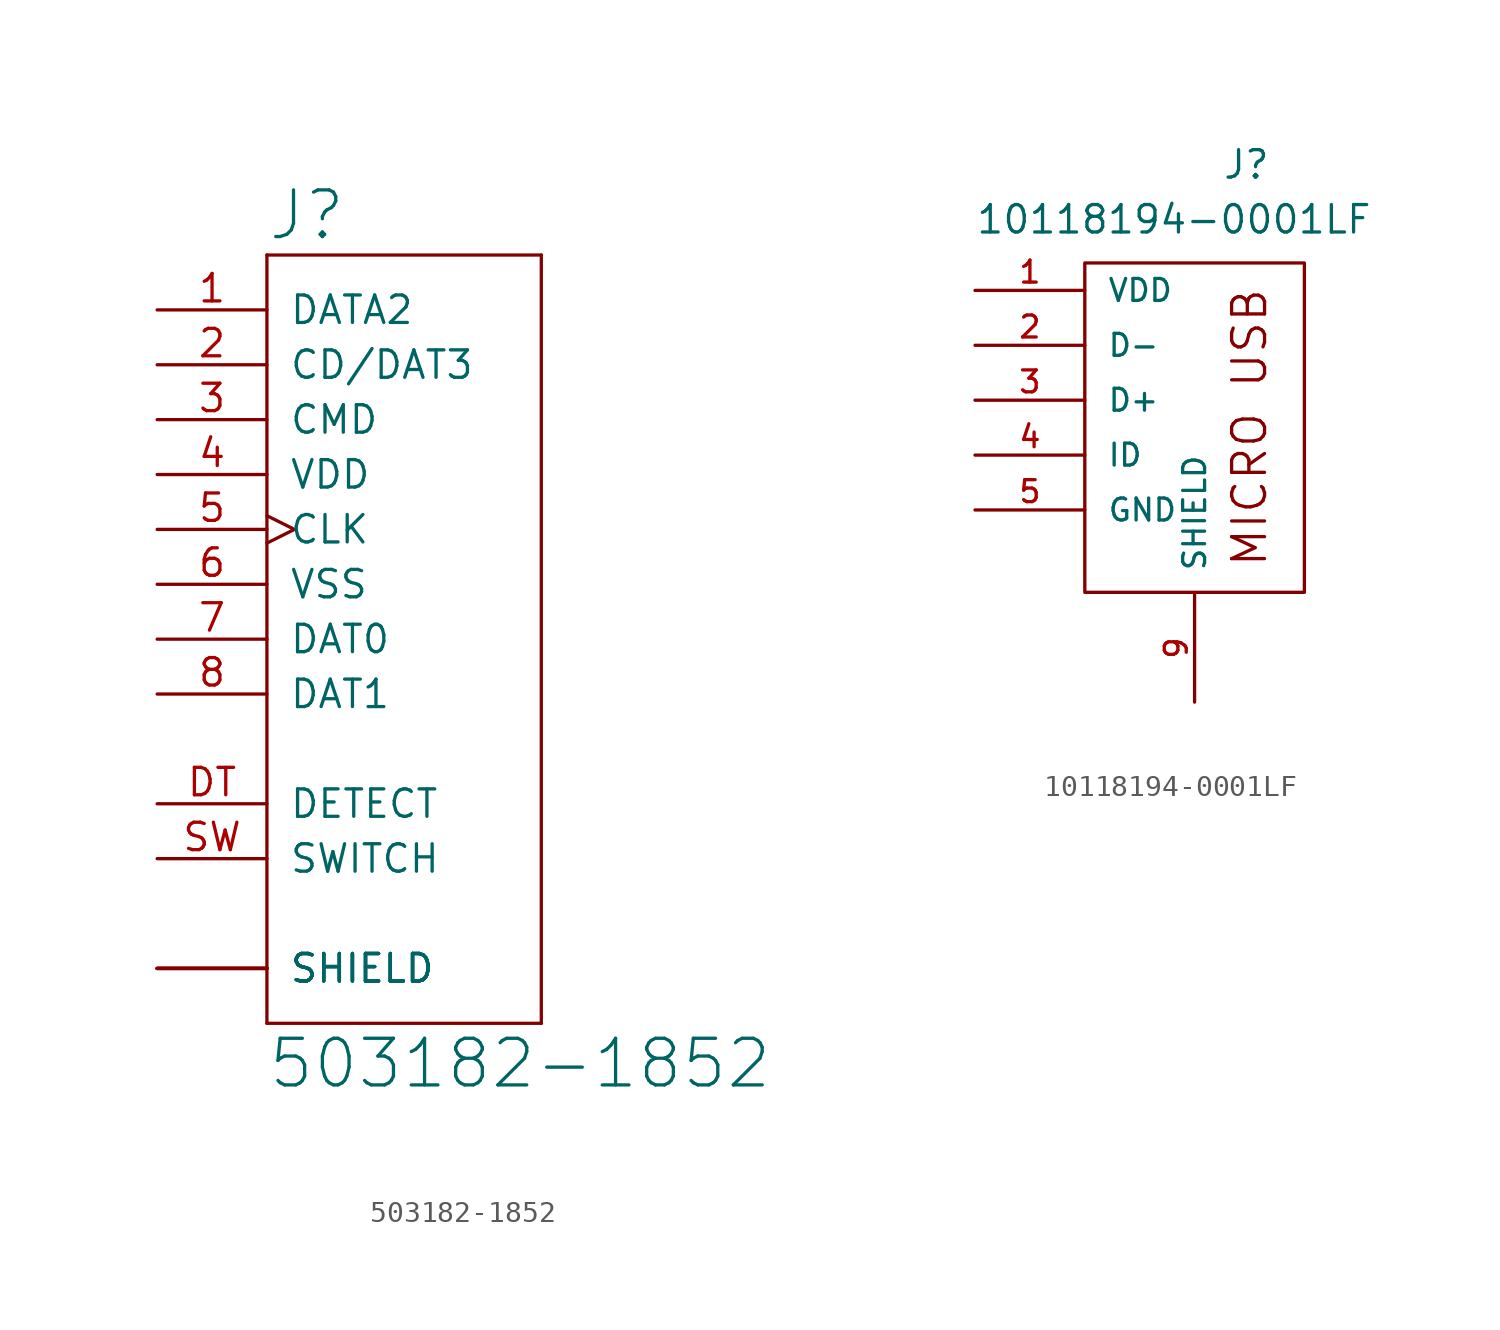
<source format=kicad_sym>
(kicad_symbol_lib
  (version 20241209)
  (generator "kicad_symbol_editor")
  (generator_version "9.0")
  (symbol "503182-1852"
    (pin_names
      (offset 1.016))
    (property "Reference" "J"
      (at 0 18.364 0)
      (effects (font (size 2.159 2.159)) (justify left bottom)))
    (property "Value" "503182-1852"
      (at 0 -20.904 0)
      (effects (font (size 2.159 2.159)) (justify left bottom)))
    (symbol "503182-1852_1_0"
      (polyline (pts (xy 0 17.78) (xy 0 -17.78)) (stroke (width 0) (type default)) (fill (type none)))
      (polyline (pts (xy 0 -17.78) (xy 12.7 -17.78)) (stroke (width 0) (type default)) (fill (type none)))
      (polyline (pts (xy 12.7 17.78) (xy 0 17.78)) (stroke (width 0) (type default)) (fill (type none)))
      (polyline (pts (xy 12.7 -17.78) (xy 12.7 17.78)) (stroke (width 0) (type default)) (fill (type none)))
      (pin bidirectional line (at -5.08 15.24 0) (length 5.08) (name "DATA2" (effects (font (size 1.27 1.27)))) (number "1" (effects (font (size 1.27 1.27)))))
      (pin bidirectional line (at -5.08 12.7 0) (length 5.08) (name "CD/DAT3" (effects (font (size 1.27 1.27)))) (number "2" (effects (font (size 1.27 1.27)))))
      (pin bidirectional line (at -5.08 10.16 0) (length 5.08) (name "CMD" (effects (font (size 1.27 1.27)))) (number "3" (effects (font (size 1.27 1.27)))))
      (pin power_in line (at -5.08 7.62 0) (length 5.08) (name "VDD" (effects (font (size 1.27 1.27)))) (number "4" (effects (font (size 1.27 1.27)))))
      (pin bidirectional clock (at -5.08 5.08 0) (length 5.08) (name "CLK" (effects (font (size 1.27 1.27)))) (number "5" (effects (font (size 1.27 1.27)))))
      (pin power_in line (at -5.08 2.54 0) (length 5.08) (name "VSS" (effects (font (size 1.27 1.27)))) (number "6" (effects (font (size 1.27 1.27)))))
      (pin bidirectional line (at -5.08 0 0) (length 5.08) (name "DAT0" (effects (font (size 1.27 1.27)))) (number "7" (effects (font (size 1.27 1.27)))))
      (pin bidirectional line (at -5.08 -2.54 0) (length 5.08) (name "DAT1" (effects (font (size 1.27 1.27)))) (number "8" (effects (font (size 1.27 1.27)))))
      (pin bidirectional line (at -5.08 -7.62 0) (length 5.08) (name "DETECT" (effects (font (size 1.27 1.27)))) (number "DT" (effects (font (size 1.27 1.27)))))
      (pin bidirectional line (at -5.08 -10.16 0) (length 5.08) (name "SWITCH" (effects (font (size 1.27 1.27)))) (number "SW" (effects (font (size 1.27 1.27)))))
      (pin passive line (at -5.08 -15.24 0) (length 5.08) (name "SHIELD" (effects (font (size 1.27 1.27)))) (number "P1" (effects (font (size 0 0)))))
      (pin passive line (at -5.08 -15.24 0) (length 5.08) (name "SHIELD" (effects (font (size 1.27 1.27)))) (number "P2" (effects (font (size 0 0)))))
      (pin passive line (at -5.08 -15.24 0) (length 5.08) (name "SHIELD" (effects (font (size 1.27 1.27)))) (number "P3" (effects (font (size 0 0)))))
      (pin passive line (at -5.08 -15.24 0) (length 5.08) (name "SHIELD" (effects (font (size 1.27 1.27)))) (number "P4" (effects (font (size 0 0)))))
      (pin passive line (at -5.08 -15.24 0) (length 5.08) (name "SHIELD" (effects (font (size 1.27 1.27)))) (number "P5" (effects (font (size 0 0)))))))
  (symbol "10118194-0001LF"
    (pin_names
      (offset 1.016))
    (property "Reference" "J"
      (at -1.27 10.16 0)
      (effects (font (size 1.27 1.27)) (justify left bottom)))
    (property "Value" "10118194-0001LF"
      (at -12.7 7.62 0)
      (effects (font (size 1.27 1.27)) (justify left bottom)))
    (symbol "10118194-0001LF_0_0"
      (text "MICRO USB" (at 0 -1.27 900) (effects (font (size 1.524 1.524))))
      (pin power_in line (at -12.7 5.08 0) (length 5.08) (name "VDD" (effects (font (size 1.016 1.016)))) (number "1" (effects (font (size 1.016 1.016)))))
      (pin bidirectional line (at -12.7 2.54 0) (length 5.08) (name "D-" (effects (font (size 1.016 1.016)))) (number "2" (effects (font (size 1.016 1.016)))))
      (pin bidirectional line (at -12.7 0 0) (length 5.08) (name "D+" (effects (font (size 1.016 1.016)))) (number "3" (effects (font (size 1.016 1.016)))))
      (pin passive line (at -12.7 -2.54 0) (length 5.08) (name "ID" (effects (font (size 1.016 1.016)))) (number "4" (effects (font (size 1.016 1.016)))))
      (pin power_in line (at -12.7 -5.08 0) (length 5.08) (name "GND" (effects (font (size 1.016 1.016)))) (number "5" (effects (font (size 1.016 1.016))))))
    (symbol "10118194-0001LF_0_1"
      (rectangle (start -7.62 6.35) (end 2.54 -8.89) (stroke (width 0) (type default)) (fill (type none))))
    (symbol "10118194-0001LF_1_0"
      (pin power_in line (at -2.54 -13.97 90) (length 5.004) (hide yes) (name "~" (effects (font (size 1.016 1.016)))) (number "8" (effects (font (size 1.016 1.016)))))
      (pin power_in line (at -2.54 -13.97 90) (length 5.004) (name "SHIELD" (effects (font (size 1.016 1.016)))) (number "9" (effects (font (size 1.016 1.016))))))))
</source>
